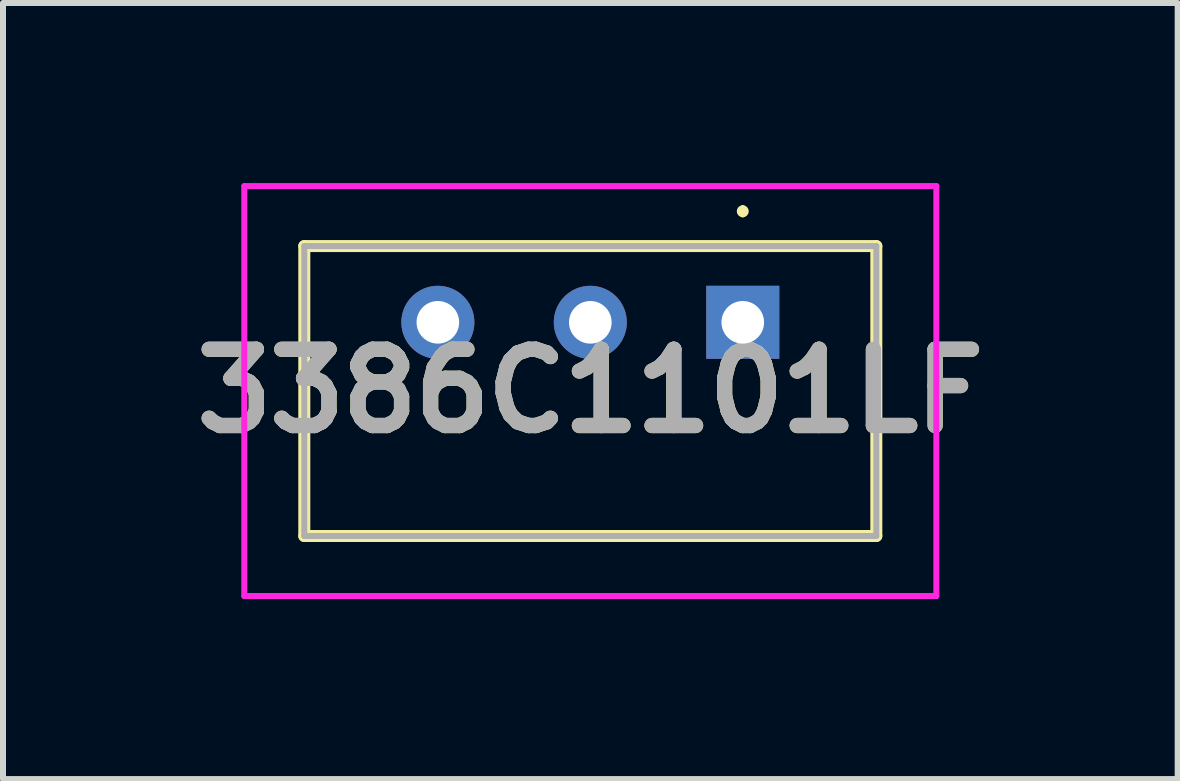
<source format=kicad_pcb>
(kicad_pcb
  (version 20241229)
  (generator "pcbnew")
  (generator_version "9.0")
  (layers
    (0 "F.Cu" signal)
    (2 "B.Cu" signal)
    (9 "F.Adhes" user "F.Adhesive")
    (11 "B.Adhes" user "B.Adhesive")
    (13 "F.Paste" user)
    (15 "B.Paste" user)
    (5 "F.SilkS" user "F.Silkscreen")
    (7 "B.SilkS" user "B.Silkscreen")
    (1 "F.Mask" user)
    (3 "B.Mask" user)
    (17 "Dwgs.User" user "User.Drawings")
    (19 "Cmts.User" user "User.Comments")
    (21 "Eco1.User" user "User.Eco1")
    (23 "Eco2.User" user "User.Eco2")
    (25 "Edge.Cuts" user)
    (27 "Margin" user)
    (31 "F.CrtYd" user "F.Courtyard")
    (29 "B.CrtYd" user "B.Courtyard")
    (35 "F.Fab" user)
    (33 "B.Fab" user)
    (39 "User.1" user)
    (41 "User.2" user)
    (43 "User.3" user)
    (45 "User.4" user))
  (footprint "3386C1101LF"
    (layer "F.Cu")
    (at 9.325 2.32)
    (property "Reference" "3386C1101LF" (at -2.54 1.145 0) (layer "F.SilkS") (effects (font (size 1.27 1.27) (thickness 0.254))))
    (attr through_hole)
    (fp_line (start -7.305 -1.27) (end -7.305 3.56) (stroke (width 0.2) (type solid)) (layer "F.SilkS"))
    (fp_line (start -7.305 3.56) (end 2.225 3.56) (stroke (width 0.2) (type solid)) (layer "F.SilkS"))
    (fp_line (start 0 -1.9) (end 0 -1.9) (stroke (width 0.1) (type solid)) (layer "F.SilkS"))
    (fp_line (start 0 -1.8) (end 0 -1.8) (stroke (width 0.1) (type solid)) (layer "F.SilkS"))
    (fp_line (start 2.225 -1.27) (end -7.305 -1.27) (stroke (width 0.2) (type solid)) (layer "F.SilkS"))
    (fp_line (start 2.225 3.56) (end 2.225 -1.27) (stroke (width 0.2) (type solid)) (layer "F.SilkS"))
    (fp_arc (start 0 -1.9) (mid 0.05 -1.85) (end 0 -1.8) (stroke (width 0.1) (type solid)) (layer "F.SilkS"))
    (fp_arc (start 0 -1.8) (mid -0.05 -1.85) (end 0 -1.9) (stroke (width 0.1) (type solid)) (layer "F.SilkS"))
    (fp_line (start -8.305 -2.27) (end -8.305 4.56) (stroke (width 0.1) (type solid)) (layer "F.CrtYd"))
    (fp_line (start -8.305 4.56) (end 3.225 4.56) (stroke (width 0.1) (type solid)) (layer "F.CrtYd"))
    (fp_line (start 3.225 -2.27) (end -8.305 -2.27) (stroke (width 0.1) (type solid)) (layer "F.CrtYd"))
    (fp_line (start 3.225 4.56) (end 3.225 -2.27) (stroke (width 0.1) (type solid)) (layer "F.CrtYd"))
    (fp_line (start -7.305 -1.27) (end -7.305 3.56) (stroke (width 0.1) (type solid)) (layer "F.Fab"))
    (fp_line (start -7.305 3.56) (end 2.225 3.56) (stroke (width 0.1) (type solid)) (layer "F.Fab"))
    (fp_line (start 2.225 -1.27) (end -7.305 -1.27) (stroke (width 0.1) (type solid)) (layer "F.Fab"))
    (fp_line (start 2.225 3.56) (end 2.225 -1.27) (stroke (width 0.1) (type solid)) (layer "F.Fab"))
    (fp_text user "${REFERENCE}" (at -2.54 1.145 0) (layer "F.Fab") (effects (font (size 1.27 1.27) (thickness 0.254))))
    (pad "1" thru_hole rect (at 0 0) (size 1.217 1.217) (drill 0.71) (layers "*.Cu" "*.Mask"))
    (pad "2" thru_hole circle (at -2.54 0) (size 1.217 1.217) (drill 0.71) (layers "*.Cu" "*.Mask"))
    (pad "3" thru_hole circle (at -5.08 0) (size 1.217 1.217) (drill 0.71) (layers "*.Cu" "*.Mask")))
  (gr_rect
    (start -3 -3)
    (end 16.571 9.93)
    (stroke (width 0.1) (type default))
    (fill no)
    (layer "Edge.Cuts")))
</source>
